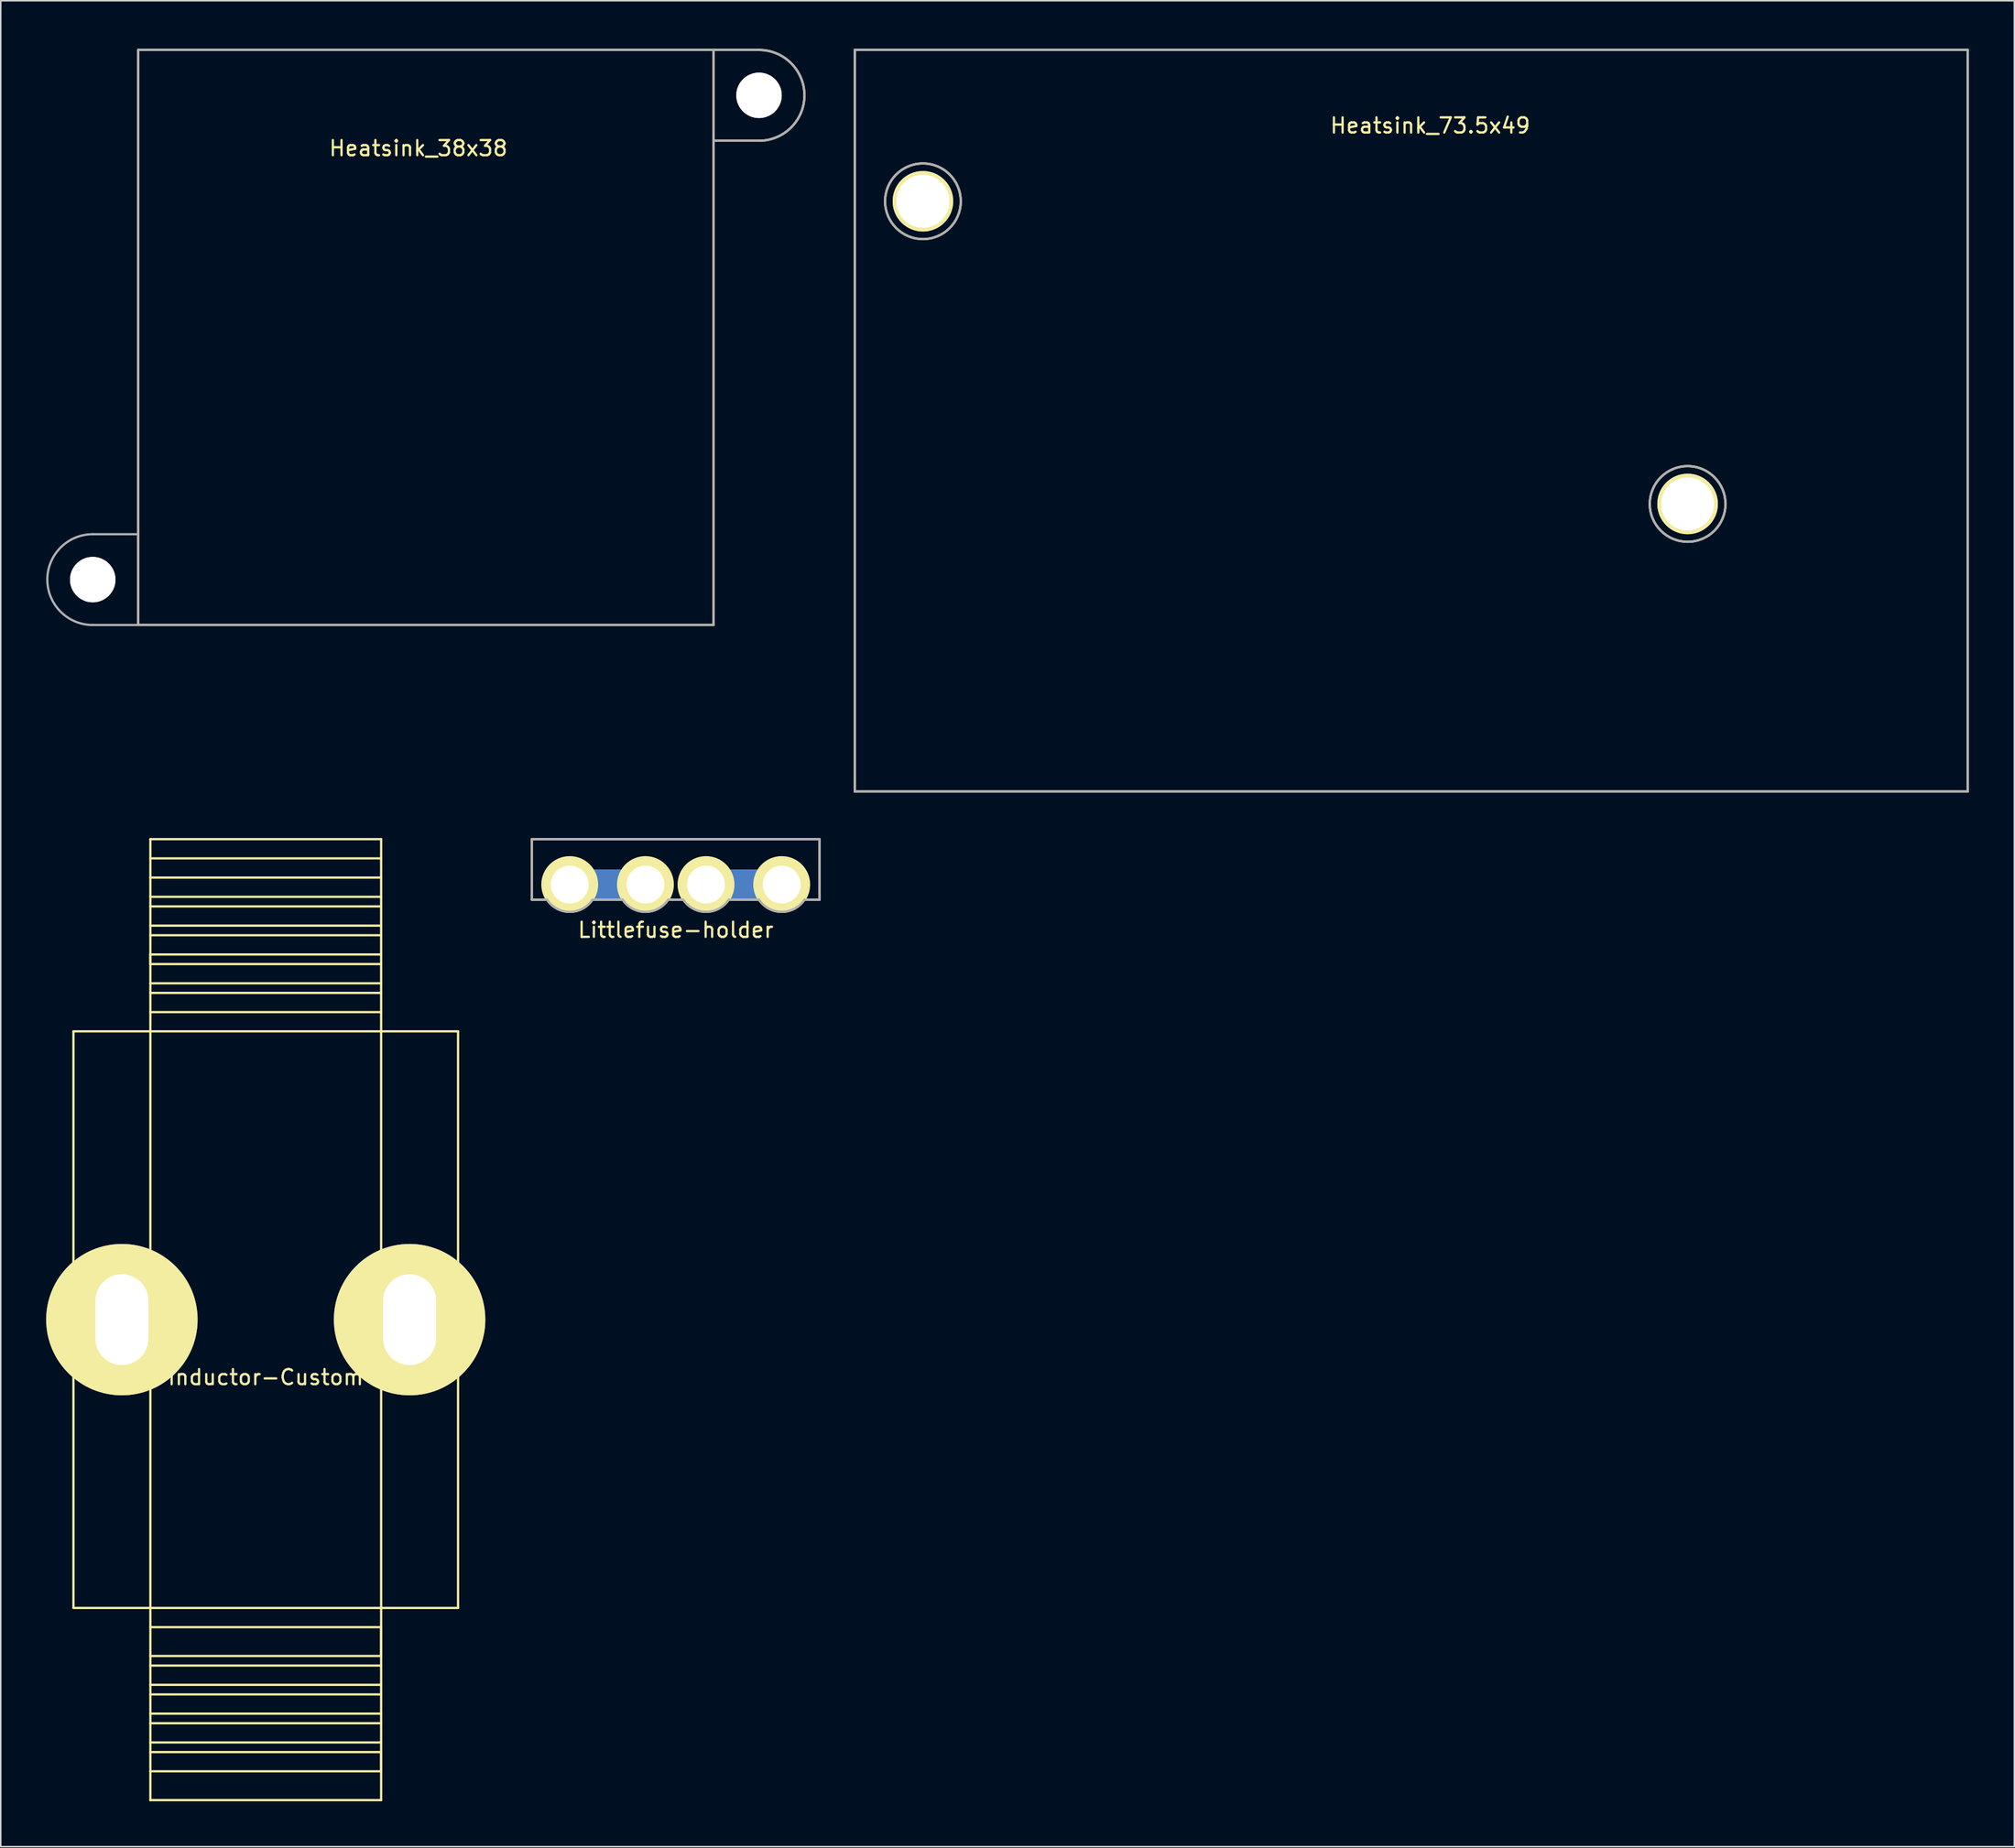
<source format=kicad_pcb>
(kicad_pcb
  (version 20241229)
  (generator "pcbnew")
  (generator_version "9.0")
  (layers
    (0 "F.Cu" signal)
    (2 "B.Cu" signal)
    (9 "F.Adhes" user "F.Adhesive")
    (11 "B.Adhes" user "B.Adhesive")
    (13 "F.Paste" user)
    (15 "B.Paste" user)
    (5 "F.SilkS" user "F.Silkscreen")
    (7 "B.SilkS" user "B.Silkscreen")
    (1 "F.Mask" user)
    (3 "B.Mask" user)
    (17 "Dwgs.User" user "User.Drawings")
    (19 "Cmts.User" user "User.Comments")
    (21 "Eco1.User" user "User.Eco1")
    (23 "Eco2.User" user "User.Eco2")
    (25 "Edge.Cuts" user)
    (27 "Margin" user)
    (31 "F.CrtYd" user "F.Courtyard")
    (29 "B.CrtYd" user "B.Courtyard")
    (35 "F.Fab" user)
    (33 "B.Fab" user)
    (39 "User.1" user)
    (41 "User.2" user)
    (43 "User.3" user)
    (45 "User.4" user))
  (footprint "Heatsink_73.5x49"
    (layer "F.Cu")
    (at 53.4 0.25)
    (property "Reference" "Heatsink_73.5x49" (at 38 5 0) (layer "F.SilkS") (effects (font (size 1 1) (thickness 0.15))))
    (attr through_hole)
    (fp_line (start 0 0) (end 73.5 0) (stroke (width 0.15) (type solid)) (layer "F.SilkS"))
    (fp_line (start 0 49) (end 0 0) (stroke (width 0.15) (type solid)) (layer "F.SilkS"))
    (fp_line (start 73.5 0) (end 73.5 49) (stroke (width 0.15) (type solid)) (layer "F.SilkS"))
    (fp_line (start 73.5 49) (end 0 49) (stroke (width 0.15) (type solid)) (layer "F.SilkS"))
    (fp_circle (center 4.5 10) (end 6.5 11.5) (stroke (width 0.15) (type solid)) (fill no) (layer "F.SilkS"))
    (fp_circle (center 55 30) (end 57 31.5) (stroke (width 0.15) (type solid)) (fill no) (layer "F.SilkS"))
    (fp_line (start 0 0) (end 73.5 0) (stroke (width 0.15) (type solid)) (layer "F.Fab"))
    (fp_line (start 0 49) (end 0 0) (stroke (width 0.15) (type solid)) (layer "F.Fab"))
    (fp_line (start 73.5 0) (end 73.5 49) (stroke (width 0.15) (type solid)) (layer "F.Fab"))
    (fp_line (start 73.5 49) (end 0 49) (stroke (width 0.15) (type solid)) (layer "F.Fab"))
    (fp_circle (center 4.5 10) (end 6.5 11.5) (stroke (width 0.15) (type solid)) (fill no) (layer "F.Fab"))
    (fp_circle (center 55 30) (end 57 31.5) (stroke (width 0.15) (type solid)) (fill no) (layer "F.Fab"))
    (pad "" np_thru_hole circle (at 4.5 10) (size 4 4) (drill 3.5) (layers "*.Cu" "*.Mask" "F.SilkS"))
    (pad "" np_thru_hole circle (at 55 30) (size 4 4) (drill 3.5) (layers "*.Cu" "*.Mask" "F.SilkS")))
  (footprint "Littlefuse-holder"
    (layer "F.Cu")
    (at 41.575 55.4)
    (property "Reference" "Littlefuse-holder" (at 0 3 0) (layer "F.SilkS") (effects (font (size 1 1) (thickness 0.15))))
    (attr through_hole)
    (fp_line (start -9.5 -3) (end -9.5 1) (stroke (width 0.15) (type solid)) (layer "F.SilkS"))
    (fp_line (start -9.5 1) (end 9.5 1) (stroke (width 0.15) (type solid)) (layer "F.SilkS"))
    (fp_line (start 9.5 -3) (end -9.5 -3) (stroke (width 0.15) (type solid)) (layer "F.SilkS"))
    (fp_line (start 9.5 1) (end 9.5 -3) (stroke (width 0.15) (type solid)) (layer "F.SilkS"))
    (fp_circle (center -7 0) (end -6 1.5) (stroke (width 0.15) (type solid)) (fill no) (layer "F.SilkS"))
    (fp_circle (center -2 0) (end -1 1.5) (stroke (width 0.15) (type solid)) (fill no) (layer "F.SilkS"))
    (fp_circle (center 2 0) (end 3 1.5) (stroke (width 0.15) (type solid)) (fill no) (layer "F.SilkS"))
    (fp_circle (center 7 0) (end 8.5 1) (stroke (width 0.15) (type solid)) (fill no) (layer "F.SilkS"))
    (fp_line (start -9.5 -3) (end 9.5 -3) (stroke (width 0.15) (type solid)) (layer "F.Fab"))
    (fp_line (start -9.5 1) (end -9.5 -3) (stroke (width 0.15) (type solid)) (layer "F.Fab"))
    (fp_line (start -8.5 1) (end -9.5 1) (stroke (width 0.15) (type solid)) (layer "F.Fab"))
    (fp_line (start -3.5 1) (end -5.5 1) (stroke (width 0.15) (type solid)) (layer "F.Fab"))
    (fp_line (start 0.5 1) (end -0.5 1) (stroke (width 0.15) (type solid)) (layer "F.Fab"))
    (fp_line (start 5.5 1) (end 3.5 1) (stroke (width 0.15) (type solid)) (layer "F.Fab"))
    (fp_line (start 9.5 -3) (end 9.5 1) (stroke (width 0.15) (type solid)) (layer "F.Fab"))
    (fp_line (start 9.5 1) (end 8.5 1) (stroke (width 0.15) (type solid)) (layer "F.Fab"))
    (fp_arc (start -5.5 1) (mid -7 1.802776) (end -8.5 1) (stroke (width 0.15) (type solid)) (layer "F.Fab"))
    (fp_arc (start -0.5 1) (mid -2 1.802776) (end -3.5 1) (stroke (width 0.15) (type solid)) (layer "F.Fab"))
    (fp_arc (start 3.5 1) (mid 2 1.802776) (end 0.5 1) (stroke (width 0.15) (type solid)) (layer "F.Fab"))
    (fp_arc (start 8.5 1) (mid 7 1.802776) (end 5.5 1) (stroke (width 0.15) (type solid)) (layer "F.Fab"))
    (pad "1" thru_hole circle (at -7 0) (size 3.5 3.5) (drill 2.5) (layers "*.Cu" "*.Mask" "F.SilkS"))
    (pad "1" smd rect (at -4.5 0) (size 5 2) (layers "F.Mask" "B.Cu" "F.Paste"))
    (pad "1" thru_hole circle (at -2 0) (size 3.5 3.5) (drill 2.5) (layers "*.Cu" "*.Mask" "F.SilkS"))
    (pad "2" thru_hole circle (at 2 0) (size 3.5 3.5) (drill 2.5) (layers "*.Cu" "*.Mask" "F.SilkS"))
    (pad "2" smd rect (at 4.5 0) (size 5 2) (layers "F.Mask" "B.Cu" "F.Paste"))
    (pad "2" thru_hole circle (at 7 0) (size 3.5 3.5) (drill 2.5) (layers "*.Cu" "*.Mask" "F.SilkS")))
  (footprint "Inductor-Custom"
    (layer "F.Cu")
    (at 14.5 84.15)
    (property "Reference" "Inductor-Custom" (at 0 3.81 0) (layer "F.SilkS") (effects (font (size 1 1) (thickness 0.15))))
    (attr through_hole)
    (fp_line (start -12.7 -19.05) (end -12.7 19.05) (stroke (width 0.15) (type solid)) (layer "F.SilkS"))
    (fp_line (start -12.7 19.05) (end 12.7 19.05) (stroke (width 0.15) (type solid)) (layer "F.SilkS"))
    (fp_line (start -7.62 -31.75) (end -7.62 31.75) (stroke (width 0.15) (type solid)) (layer "F.SilkS"))
    (fp_line (start -7.62 -30.48) (end 7.62 -30.48) (stroke (width 0.15) (type solid)) (layer "F.SilkS"))
    (fp_line (start -7.62 -27.94) (end 7.62 -27.94) (stroke (width 0.15) (type solid)) (layer "F.SilkS"))
    (fp_line (start -7.62 -26.035) (end 7.62 -26.035) (stroke (width 0.15) (type solid)) (layer "F.SilkS"))
    (fp_line (start -7.62 -24.13) (end 7.62 -24.13) (stroke (width 0.15) (type solid)) (layer "F.SilkS"))
    (fp_line (start -7.62 -23.495) (end -7.62 -24.13) (stroke (width 0.15) (type solid)) (layer "F.SilkS"))
    (fp_line (start -7.62 -22.225) (end 7.62 -22.225) (stroke (width 0.15) (type solid)) (layer "F.SilkS"))
    (fp_line (start -7.62 -20.32) (end 7.62 -20.32) (stroke (width 0.15) (type solid)) (layer "F.SilkS"))
    (fp_line (start -7.62 20.32) (end 7.62 20.32) (stroke (width 0.15) (type solid)) (layer "F.SilkS"))
    (fp_line (start -7.62 22.86) (end 7.62 22.86) (stroke (width 0.15) (type solid)) (layer "F.SilkS"))
    (fp_line (start -7.62 24.765) (end 7.62 24.765) (stroke (width 0.15) (type solid)) (layer "F.SilkS"))
    (fp_line (start -7.62 26.67) (end 7.62 26.67) (stroke (width 0.15) (type solid)) (layer "F.SilkS"))
    (fp_line (start -7.62 28.575) (end 7.62 28.575) (stroke (width 0.15) (type solid)) (layer "F.SilkS"))
    (fp_line (start -7.62 31.75) (end 7.62 31.75) (stroke (width 0.15) (type solid)) (layer "F.SilkS"))
    (fp_line (start 7.62 -31.75) (end -7.62 -31.75) (stroke (width 0.15) (type solid)) (layer "F.SilkS"))
    (fp_line (start 7.62 -29.21) (end -7.62 -29.21) (stroke (width 0.15) (type solid)) (layer "F.SilkS"))
    (fp_line (start 7.62 -27.305) (end -7.62 -27.305) (stroke (width 0.15) (type solid)) (layer "F.SilkS"))
    (fp_line (start 7.62 -25.4) (end -7.62 -25.4) (stroke (width 0.15) (type solid)) (layer "F.SilkS"))
    (fp_line (start 7.62 -23.495) (end -7.62 -23.495) (stroke (width 0.15) (type solid)) (layer "F.SilkS"))
    (fp_line (start 7.62 -21.59) (end -7.62 -21.59) (stroke (width 0.15) (type solid)) (layer "F.SilkS"))
    (fp_line (start 7.62 20.32) (end 7.62 22.225) (stroke (width 0.15) (type solid)) (layer "F.SilkS"))
    (fp_line (start 7.62 22.225) (end -7.62 22.225) (stroke (width 0.15) (type solid)) (layer "F.SilkS"))
    (fp_line (start 7.62 24.13) (end -7.62 24.13) (stroke (width 0.15) (type solid)) (layer "F.SilkS"))
    (fp_line (start 7.62 26.035) (end -7.62 26.035) (stroke (width 0.15) (type solid)) (layer "F.SilkS"))
    (fp_line (start 7.62 27.94) (end -7.62 27.94) (stroke (width 0.15) (type solid)) (layer "F.SilkS"))
    (fp_line (start 7.62 28.575) (end 7.62 29.845) (stroke (width 0.15) (type solid)) (layer "F.SilkS"))
    (fp_line (start 7.62 29.845) (end -7.62 29.845) (stroke (width 0.15) (type solid)) (layer "F.SilkS"))
    (fp_line (start 7.62 31.75) (end 7.62 -31.75) (stroke (width 0.15) (type solid)) (layer "F.SilkS"))
    (fp_line (start 12.7 -19.05) (end -12.7 -19.05) (stroke (width 0.15) (type solid)) (layer "F.SilkS"))
    (fp_line (start 12.7 19.05) (end 12.7 -19.05) (stroke (width 0.15) (type solid)) (layer "F.SilkS"))
    (pad "1" thru_hole oval (at -9.5 0) (size 10 10) (drill oval 3.5 6) (layers "*.Cu" "*.Mask" "F.SilkS"))
    (pad "2" thru_hole oval (at 9.5 0) (size 10 10) (drill oval 3.5 6) (layers "*.Cu" "*.Mask" "F.SilkS")))
  (footprint "Heatsink_38x38"
    (layer "F.Cu")
    (at 44.075 0.25)
    (property "Reference" "Heatsink_38x38" (at -19.5 6.5 0) (layer "F.SilkS") (effects (font (size 1 1) (thickness 0.15))))
    (attr through_hole)
    (fp_line (start -38 0) (end -38 38) (stroke (width 0.15) (type solid)) (layer "F.SilkS"))
    (fp_line (start -38 38) (end 0 38) (stroke (width 0.15) (type solid)) (layer "F.SilkS"))
    (fp_line (start 0 0) (end -38 0) (stroke (width 0.15) (type solid)) (layer "F.SilkS"))
    (fp_line (start 0 38) (end 0 0) (stroke (width 0.15) (type solid)) (layer "F.SilkS"))
    (fp_line (start 3 0) (end 0 0) (stroke (width 0.15) (type solid)) (layer "F.SilkS"))
    (fp_line (start 3 6) (end 0 6) (stroke (width 0.15) (type solid)) (layer "F.SilkS"))
    (fp_arc (start 3 0) (mid 6 3) (end 3 6) (stroke (width 0.15) (type solid)) (layer "F.SilkS"))
    (fp_line (start -41 32) (end -38 32) (stroke (width 0.15) (type solid)) (layer "F.Fab"))
    (fp_line (start -38 0) (end 0 0) (stroke (width 0.15) (type solid)) (layer "F.Fab"))
    (fp_line (start -38 38) (end -41 38) (stroke (width 0.15) (type solid)) (layer "F.Fab"))
    (fp_line (start -38 38) (end -38 0) (stroke (width 0.15) (type solid)) (layer "F.Fab"))
    (fp_line (start 0 0) (end 0 38) (stroke (width 0.15) (type solid)) (layer "F.Fab"))
    (fp_line (start 0 38) (end -38 38) (stroke (width 0.15) (type solid)) (layer "F.Fab"))
    (fp_line (start 3 0) (end 0 0) (stroke (width 0.15) (type solid)) (layer "F.Fab"))
    (fp_line (start 3 6) (end 0 6) (stroke (width 0.15) (type solid)) (layer "F.Fab"))
    (fp_arc (start -41 38) (mid -44 35) (end -41 32) (stroke (width 0.15) (type solid)) (layer "F.Fab"))
    (fp_arc (start 3 0) (mid 6 3) (end 3 6) (stroke (width 0.15) (type solid)) (layer "F.Fab"))
    (pad "" np_thru_hole circle (at -41 35) (size 3 3) (drill 3) (layers "*.Cu" "*.Mask" "F.SilkS"))
    (pad "" np_thru_hole circle (at 3 3) (size 3 3) (drill 3) (layers "*.Cu" "*.Mask" "F.SilkS")))
  (gr_rect
    (start -3 -3)
    (end 129.975 118.975)
    (stroke (width 0.1) (type default))
    (fill no)
    (layer "Edge.Cuts")))
</source>
